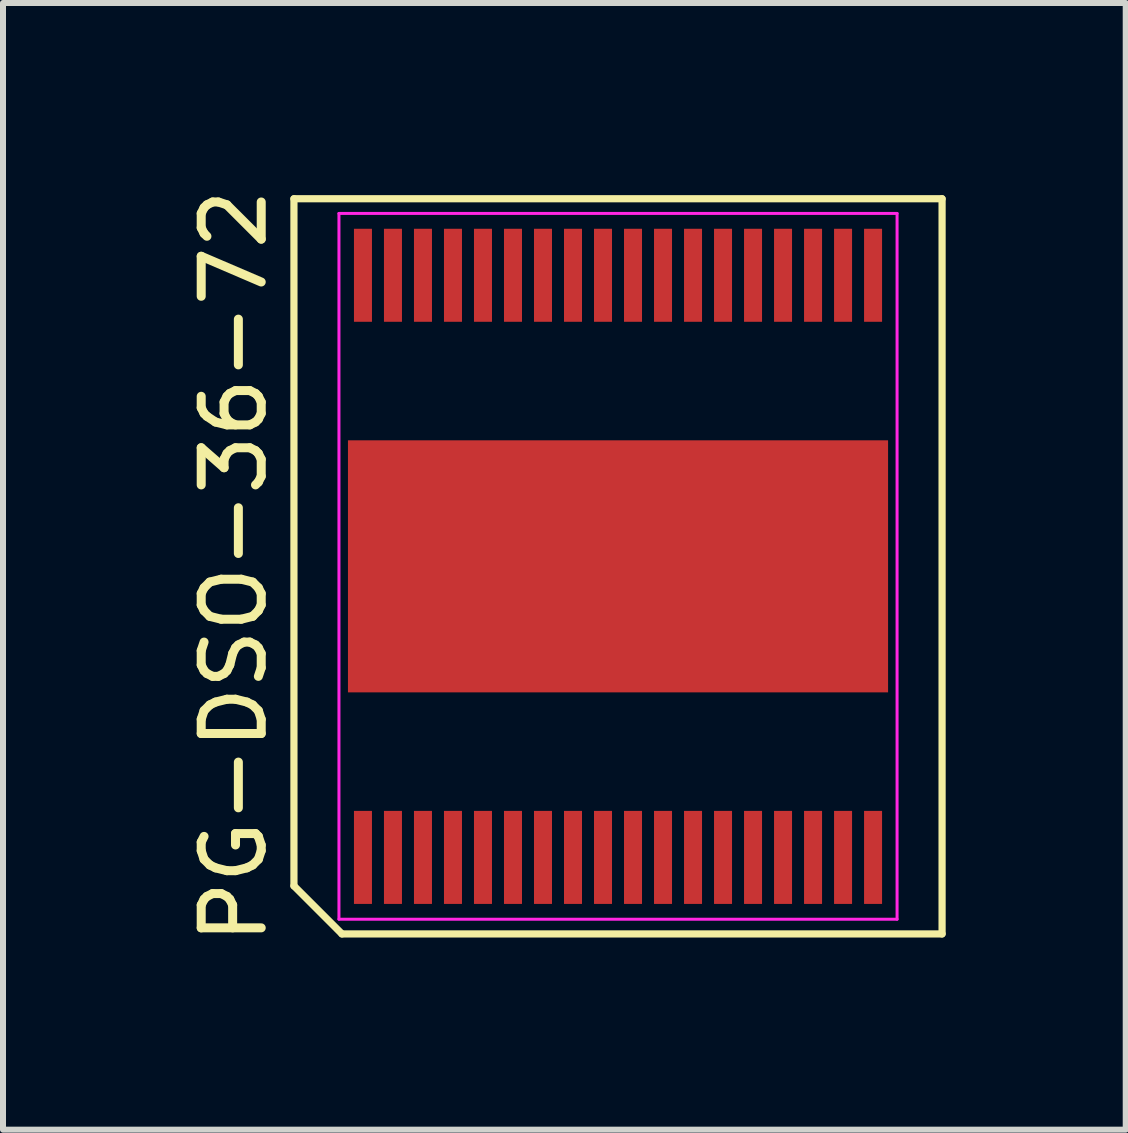
<source format=kicad_pcb>
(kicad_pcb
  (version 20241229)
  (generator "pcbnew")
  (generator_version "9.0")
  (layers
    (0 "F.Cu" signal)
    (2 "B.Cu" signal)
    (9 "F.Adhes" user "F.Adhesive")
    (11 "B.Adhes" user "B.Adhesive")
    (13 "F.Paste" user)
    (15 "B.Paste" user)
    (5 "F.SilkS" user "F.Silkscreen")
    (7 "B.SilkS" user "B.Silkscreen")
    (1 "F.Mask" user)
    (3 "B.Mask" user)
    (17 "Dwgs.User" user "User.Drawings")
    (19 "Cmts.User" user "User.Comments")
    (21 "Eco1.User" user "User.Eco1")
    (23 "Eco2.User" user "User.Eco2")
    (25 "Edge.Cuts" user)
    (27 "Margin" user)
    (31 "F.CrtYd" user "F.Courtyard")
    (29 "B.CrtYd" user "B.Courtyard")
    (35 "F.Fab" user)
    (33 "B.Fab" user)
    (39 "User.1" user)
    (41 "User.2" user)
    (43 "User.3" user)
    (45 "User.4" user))
  (footprint "PG-DSO-36-72"
    (layer "F.Cu")
    (at 7.248 6.387)
    (property "Reference" "PG-DSO-36-72" (at -6.4 0 90) (layer "F.SilkS") (effects (font (size 1 1) (thickness 0.15))))
    (attr smd)
    (fp_line (start -5.4 -6.125) (end 5.4 -6.125) (stroke (width 0.12) (type solid)) (layer "F.SilkS"))
    (fp_line (start -5.4 5.325) (end -5.4 -6.125) (stroke (width 0.12) (type solid)) (layer "F.SilkS"))
    (fp_line (start -4.6 6.125) (end -5.4 5.325) (stroke (width 0.12) (type solid)) (layer "F.SilkS"))
    (fp_line (start 5.4 -6.125) (end 5.4 6.125) (stroke (width 0.12) (type solid)) (layer "F.SilkS"))
    (fp_line (start 5.4 6.125) (end -4.6 6.125) (stroke (width 0.12) (type solid)) (layer "F.SilkS"))
    (fp_line (start -4.65 -5.88) (end 4.65 -5.88) (stroke (width 0.05) (type solid)) (layer "F.CrtYd"))
    (fp_line (start -4.65 5.88) (end -4.65 -5.88) (stroke (width 0.05) (type solid)) (layer "F.CrtYd"))
    (fp_line (start 4.65 -5.88) (end 4.65 5.88) (stroke (width 0.05) (type solid)) (layer "F.CrtYd"))
    (fp_line (start 4.65 5.88) (end -4.65 5.88) (stroke (width 0.05) (type solid)) (layer "F.CrtYd"))
    (pad "1" smd rect (at -4.25 4.85) (size 0.3 1.55) (layers "F.Cu" "F.Mask" "F.Paste"))
    (pad "2" smd rect (at -3.75 4.85) (size 0.3 1.55) (layers "F.Cu" "F.Mask" "F.Paste"))
    (pad "3" smd rect (at -3.25 4.85) (size 0.3 1.55) (layers "F.Cu" "F.Mask" "F.Paste"))
    (pad "4" smd rect (at -2.75 4.85) (size 0.3 1.55) (layers "F.Cu" "F.Mask" "F.Paste"))
    (pad "5" smd rect (at -2.25 4.85) (size 0.3 1.55) (layers "F.Cu" "F.Mask" "F.Paste"))
    (pad "6" smd rect (at -1.75 4.85) (size 0.3 1.55) (layers "F.Cu" "F.Mask" "F.Paste"))
    (pad "7" smd rect (at -1.25 4.85) (size 0.3 1.55) (layers "F.Cu" "F.Mask" "F.Paste"))
    (pad "8" smd rect (at -0.75 4.85) (size 0.3 1.55) (layers "F.Cu" "F.Mask" "F.Paste"))
    (pad "9" smd rect (at -0.25 4.85) (size 0.3 1.55) (layers "F.Cu" "F.Mask" "F.Paste"))
    (pad "10" smd rect (at 0.25 4.85) (size 0.3 1.55) (layers "F.Cu" "F.Mask" "F.Paste"))
    (pad "11" smd rect (at 0.75 4.85) (size 0.3 1.55) (layers "F.Cu" "F.Mask" "F.Paste"))
    (pad "12" smd rect (at 1.25 4.85) (size 0.3 1.55) (layers "F.Cu" "F.Mask" "F.Paste"))
    (pad "13" smd rect (at 1.75 4.85) (size 0.3 1.55) (layers "F.Cu" "F.Mask" "F.Paste"))
    (pad "14" smd rect (at 2.25 4.85) (size 0.3 1.55) (layers "F.Cu" "F.Mask" "F.Paste"))
    (pad "15" smd rect (at 2.75 4.85) (size 0.3 1.55) (layers "F.Cu" "F.Mask" "F.Paste"))
    (pad "16" smd rect (at 3.25 4.85) (size 0.3 1.55) (layers "F.Cu" "F.Mask" "F.Paste"))
    (pad "17" smd rect (at 3.75 4.85) (size 0.3 1.55) (layers "F.Cu" "F.Mask" "F.Paste"))
    (pad "18" smd rect (at 4.25 4.85) (size 0.3 1.55) (layers "F.Cu" "F.Mask" "F.Paste"))
    (pad "19" smd rect (at 4.25 -4.85) (size 0.3 1.55) (layers "F.Cu" "F.Mask" "F.Paste"))
    (pad "20" smd rect (at 3.75 -4.85) (size 0.3 1.55) (layers "F.Cu" "F.Mask" "F.Paste"))
    (pad "21" smd rect (at 3.25 -4.85) (size 0.3 1.55) (layers "F.Cu" "F.Mask" "F.Paste"))
    (pad "22" smd rect (at 2.75 -4.85) (size 0.3 1.55) (layers "F.Cu" "F.Mask" "F.Paste"))
    (pad "23" smd rect (at 2.25 -4.85) (size 0.3 1.55) (layers "F.Cu" "F.Mask" "F.Paste"))
    (pad "24" smd rect (at 1.75 -4.85) (size 0.3 1.55) (layers "F.Cu" "F.Mask" "F.Paste"))
    (pad "25" smd rect (at 1.25 -4.85) (size 0.3 1.55) (layers "F.Cu" "F.Mask" "F.Paste"))
    (pad "26" smd rect (at 0.75 -4.85) (size 0.3 1.55) (layers "F.Cu" "F.Mask" "F.Paste"))
    (pad "27" smd rect (at 0.25 -4.85) (size 0.3 1.55) (layers "F.Cu" "F.Mask" "F.Paste"))
    (pad "28" smd rect (at -0.25 -4.85) (size 0.3 1.55) (layers "F.Cu" "F.Mask" "F.Paste"))
    (pad "29" smd rect (at -0.75 -4.85) (size 0.3 1.55) (layers "F.Cu" "F.Mask" "F.Paste"))
    (pad "30" smd rect (at -1.25 -4.85) (size 0.3 1.55) (layers "F.Cu" "F.Mask" "F.Paste"))
    (pad "31" smd rect (at -1.75 -4.85) (size 0.3 1.55) (layers "F.Cu" "F.Mask" "F.Paste"))
    (pad "32" smd rect (at -2.25 -4.85) (size 0.3 1.55) (layers "F.Cu" "F.Mask" "F.Paste"))
    (pad "33" smd rect (at -2.75 -4.85) (size 0.3 1.55) (layers "F.Cu" "F.Mask" "F.Paste"))
    (pad "34" smd rect (at -3.25 -4.85) (size 0.3 1.55) (layers "F.Cu" "F.Mask" "F.Paste"))
    (pad "35" smd rect (at -3.75 -4.85) (size 0.3 1.55) (layers "F.Cu" "F.Mask" "F.Paste"))
    (pad "36" smd rect (at -4.25 -4.85) (size 0.3 1.55) (layers "F.Cu" "F.Mask" "F.Paste"))
    (pad "37" smd rect (at 0 0) (size 9 4.2) (layers "F.Cu" "F.Mask" "F.Paste")))
  (gr_rect
    (start -3 -3)
    (end 15.708 15.774)
    (stroke (width 0.1) (type default))
    (fill no)
    (layer "Edge.Cuts")))
</source>
